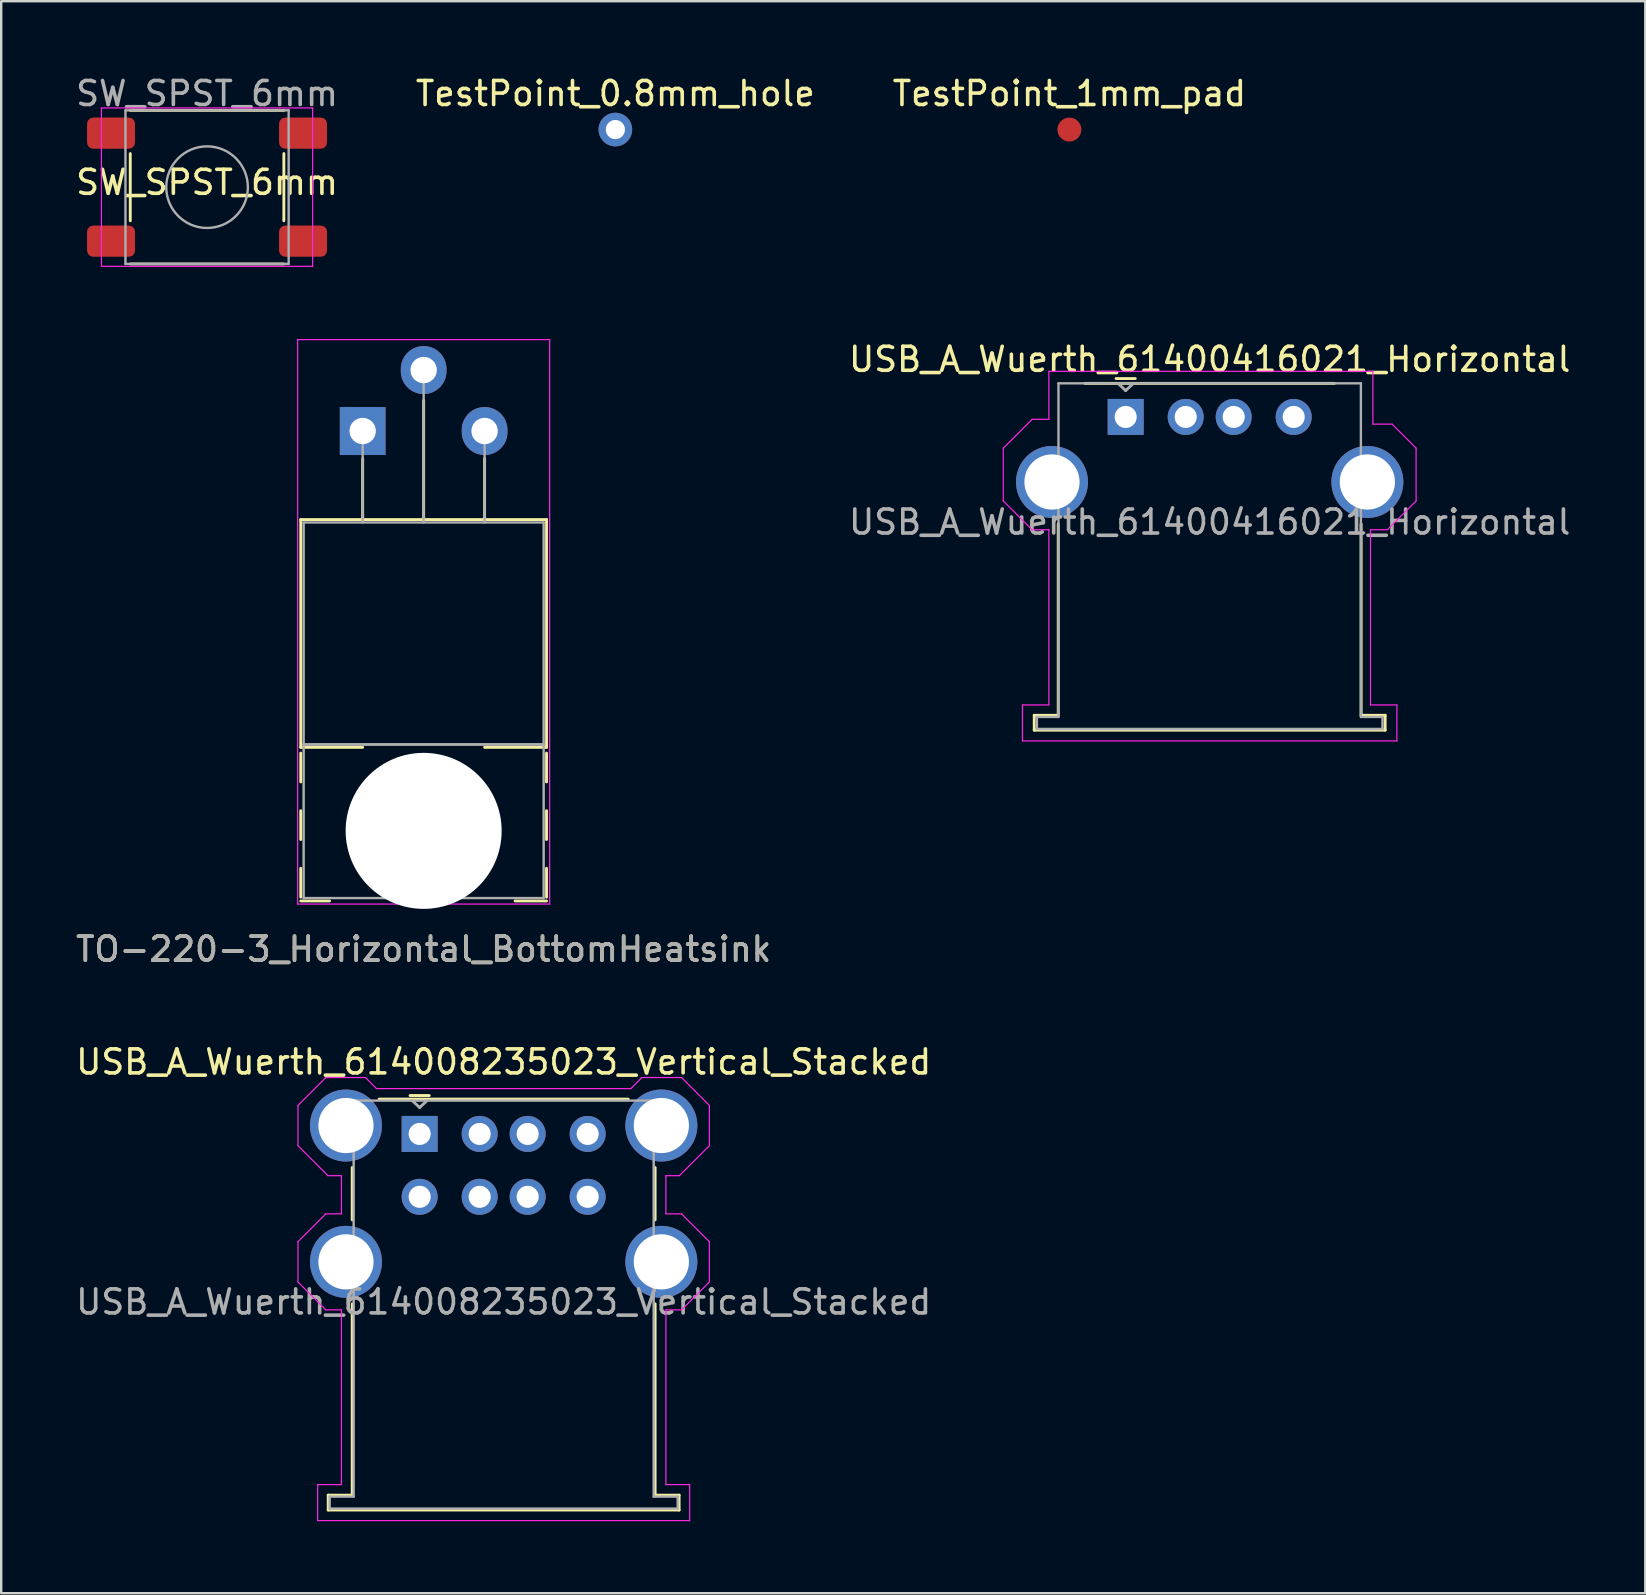
<source format=kicad_pcb>
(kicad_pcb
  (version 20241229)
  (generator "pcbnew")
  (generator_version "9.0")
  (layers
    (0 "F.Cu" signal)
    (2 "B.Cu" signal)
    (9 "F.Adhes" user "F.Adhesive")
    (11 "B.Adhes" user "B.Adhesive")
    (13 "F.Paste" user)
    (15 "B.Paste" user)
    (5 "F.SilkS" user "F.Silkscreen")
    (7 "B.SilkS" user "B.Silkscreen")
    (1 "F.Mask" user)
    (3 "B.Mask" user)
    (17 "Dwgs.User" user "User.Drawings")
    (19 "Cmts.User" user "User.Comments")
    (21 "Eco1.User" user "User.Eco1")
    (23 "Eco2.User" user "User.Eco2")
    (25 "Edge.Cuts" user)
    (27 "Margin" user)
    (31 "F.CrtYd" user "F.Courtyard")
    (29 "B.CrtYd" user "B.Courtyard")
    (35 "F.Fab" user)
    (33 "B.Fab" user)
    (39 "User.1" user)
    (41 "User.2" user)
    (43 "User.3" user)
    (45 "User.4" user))
  (footprint "USB_A_Wuerth_614008235023_Vertical_Stacked"
    (layer "F.Cu")
    (at 14.435 44.195)
    (property "Reference" "USB_A_Wuerth_614008235023_Vertical_Stacked" (at 3.5 -3 0) (layer "F.SilkS") (effects (font (size 1 1) (thickness 0.15))))
    (attr through_hole)
    (fp_line (start -3.81 15.05) (end -2.81 15.05) (stroke (width 0.12) (type solid)) (layer "F.SilkS"))
    (fp_line (start -3.81 15.67) (end -3.81 15.05) (stroke (width 0.12) (type solid)) (layer "F.SilkS"))
    (fp_line (start -2.81 3.58) (end -2.81 1.4) (stroke (width 0.12) (type solid)) (layer "F.SilkS"))
    (fp_line (start -2.81 15.05) (end -2.81 7.08) (stroke (width 0.12) (type solid)) (layer "F.SilkS"))
    (fp_line (start -1.69 -1.45) (end 8.69 -1.45) (stroke (width 0.12) (type solid)) (layer "F.SilkS"))
    (fp_line (start 0.4 -1.6) (end -0.4 -1.6) (stroke (width 0.12) (type solid)) (layer "F.SilkS"))
    (fp_line (start 9.81 3.58) (end 9.81 1.4) (stroke (width 0.12) (type solid)) (layer "F.SilkS"))
    (fp_line (start 9.81 7.08) (end 9.81 15.05) (stroke (width 0.12) (type solid)) (layer "F.SilkS"))
    (fp_line (start 9.81 15.05) (end 10.81 15.05) (stroke (width 0.12) (type solid)) (layer "F.SilkS"))
    (fp_line (start 10.81 15.05) (end 10.81 15.67) (stroke (width 0.12) (type solid)) (layer "F.SilkS"))
    (fp_line (start 10.81 15.67) (end -3.81 15.67) (stroke (width 0.12) (type solid)) (layer "F.SilkS"))
    (fp_line (start -5.07 -1.19) (end -5.07 0.49) (stroke (width 0.05) (type solid)) (layer "F.CrtYd"))
    (fp_line (start -5.07 0.49) (end -3.82 1.74) (stroke (width 0.05) (type solid)) (layer "F.CrtYd"))
    (fp_line (start -5.07 4.49) (end -5.07 6.17) (stroke (width 0.05) (type solid)) (layer "F.CrtYd"))
    (fp_line (start -5.07 6.17) (end -3.91 7.33) (stroke (width 0.05) (type solid)) (layer "F.CrtYd"))
    (fp_line (start -4.25 14.61) (end -4.25 16.11) (stroke (width 0.05) (type solid)) (layer "F.CrtYd"))
    (fp_line (start -4.25 16.11) (end 11.25 16.11) (stroke (width 0.05) (type solid)) (layer "F.CrtYd"))
    (fp_line (start -3.91 -2.35) (end -5.07 -1.19) (stroke (width 0.05) (type solid)) (layer "F.CrtYd"))
    (fp_line (start -3.91 3.33) (end -5.07 4.49) (stroke (width 0.05) (type solid)) (layer "F.CrtYd"))
    (fp_line (start -3.91 3.33) (end -3.26 3.33) (stroke (width 0.05) (type solid)) (layer "F.CrtYd"))
    (fp_line (start -3.82 1.74) (end -3.26 1.74) (stroke (width 0.05) (type solid)) (layer "F.CrtYd"))
    (fp_line (start -3.26 1.74) (end -3.26 3.33) (stroke (width 0.05) (type solid)) (layer "F.CrtYd"))
    (fp_line (start -3.26 7.33) (end -3.91 7.33) (stroke (width 0.05) (type solid)) (layer "F.CrtYd"))
    (fp_line (start -3.26 7.33) (end -3.26 14.61) (stroke (width 0.05) (type solid)) (layer "F.CrtYd"))
    (fp_line (start -3.26 14.61) (end -4.25 14.61) (stroke (width 0.05) (type solid)) (layer "F.CrtYd"))
    (fp_line (start -2.26 -2.35) (end -3.91 -2.35) (stroke (width 0.05) (type solid)) (layer "F.CrtYd"))
    (fp_line (start -2.26 -2.35) (end -1.8 -1.89) (stroke (width 0.05) (type solid)) (layer "F.CrtYd"))
    (fp_line (start 8.8 -1.89) (end -1.8 -1.89) (stroke (width 0.05) (type solid)) (layer "F.CrtYd"))
    (fp_line (start 9.26 -2.35) (end 8.8 -1.89) (stroke (width 0.05) (type solid)) (layer "F.CrtYd"))
    (fp_line (start 10.26 1.74) (end 10.26 3.33) (stroke (width 0.05) (type solid)) (layer "F.CrtYd"))
    (fp_line (start 10.26 1.74) (end 10.82 1.74) (stroke (width 0.05) (type solid)) (layer "F.CrtYd"))
    (fp_line (start 10.26 3.33) (end 10.91 3.33) (stroke (width 0.05) (type solid)) (layer "F.CrtYd"))
    (fp_line (start 10.26 7.33) (end 10.26 14.61) (stroke (width 0.05) (type solid)) (layer "F.CrtYd"))
    (fp_line (start 10.26 7.33) (end 10.91 7.33) (stroke (width 0.05) (type solid)) (layer "F.CrtYd"))
    (fp_line (start 10.26 14.61) (end 11.25 14.61) (stroke (width 0.05) (type solid)) (layer "F.CrtYd"))
    (fp_line (start 10.91 -2.35) (end 9.26 -2.35) (stroke (width 0.05) (type solid)) (layer "F.CrtYd"))
    (fp_line (start 10.91 -2.35) (end 12.07 -1.19) (stroke (width 0.05) (type solid)) (layer "F.CrtYd"))
    (fp_line (start 10.91 3.33) (end 12.07 4.49) (stroke (width 0.05) (type solid)) (layer "F.CrtYd"))
    (fp_line (start 11.25 14.61) (end 11.25 16.11) (stroke (width 0.05) (type solid)) (layer "F.CrtYd"))
    (fp_line (start 12.07 -1.19) (end 12.07 0.49) (stroke (width 0.05) (type solid)) (layer "F.CrtYd"))
    (fp_line (start 12.07 0.49) (end 10.82 1.74) (stroke (width 0.05) (type solid)) (layer "F.CrtYd"))
    (fp_line (start 12.07 4.49) (end 12.07 6.17) (stroke (width 0.05) (type solid)) (layer "F.CrtYd"))
    (fp_line (start 12.07 6.17) (end 10.91 7.33) (stroke (width 0.05) (type solid)) (layer "F.CrtYd"))
    (fp_line (start -3.75 15.11) (end -3.75 15.61) (stroke (width 0.1) (type solid)) (layer "F.Fab"))
    (fp_line (start -2.75 -1.39) (end -2.75 15.11) (stroke (width 0.1) (type solid)) (layer "F.Fab"))
    (fp_line (start -2.75 15.11) (end -3.75 15.11) (stroke (width 0.1) (type solid)) (layer "F.Fab"))
    (fp_line (start 0 -1.1) (end -0.3 -1.38) (stroke (width 0.12) (type solid)) (layer "F.Fab"))
    (fp_line (start 0 -1.1) (end 0.3 -1.38) (stroke (width 0.12) (type solid)) (layer "F.Fab"))
    (fp_line (start 9.75 -1.39) (end -2.75 -1.39) (stroke (width 0.1) (type solid)) (layer "F.Fab"))
    (fp_line (start 9.75 -1.39) (end 9.75 15.11) (stroke (width 0.1) (type solid)) (layer "F.Fab"))
    (fp_line (start 9.75 15.11) (end 10.75 15.11) (stroke (width 0.1) (type solid)) (layer "F.Fab"))
    (fp_line (start 10.75 15.11) (end 10.75 15.61) (stroke (width 0.1) (type solid)) (layer "F.Fab"))
    (fp_line (start 10.75 15.61) (end -3.75 15.61) (stroke (width 0.1) (type solid)) (layer "F.Fab"))
    (fp_text user "${REFERENCE}" (at 3.5 7 0) (layer "F.Fab") (effects (font (size 1 1) (thickness 0.15))))
    (pad "1" thru_hole rect (at 0 0) (size 1.5 1.5) (drill 0.92) (layers "*.Cu" "*.Mask"))
    (pad "2" thru_hole circle (at 2.5 0) (size 1.5 1.5) (drill 0.92) (layers "*.Cu" "*.Mask"))
    (pad "3" thru_hole circle (at 4.5 0) (size 1.5 1.5) (drill 0.92) (layers "*.Cu" "*.Mask"))
    (pad "4" thru_hole circle (at 7 0) (size 1.5 1.5) (drill 0.92) (layers "*.Cu" "*.Mask"))
    (pad "5" thru_hole circle (at 0 2.62) (size 1.5 1.5) (drill 0.92) (layers "*.Cu" "*.Mask"))
    (pad "6" thru_hole circle (at 2.5 2.62) (size 1.5 1.5) (drill 0.92) (layers "*.Cu" "*.Mask"))
    (pad "7" thru_hole circle (at 4.5 2.62) (size 1.5 1.5) (drill 0.92) (layers "*.Cu" "*.Mask"))
    (pad "8" thru_hole circle (at 7 2.62) (size 1.5 1.5) (drill 0.92) (layers "*.Cu" "*.Mask"))
    (pad "9" thru_hole circle (at -3.07 -0.35) (size 3 3) (drill 2.3) (layers "*.Cu" "*.Mask"))
    (pad "9" thru_hole circle (at -3.07 5.33) (size 3 3) (drill 2.3) (layers "*.Cu" "*.Mask"))
    (pad "9" thru_hole circle (at 10.07 -0.35) (size 3 3) (drill 2.3) (layers "*.Cu" "*.Mask"))
    (pad "9" thru_hole circle (at 10.07 5.33) (size 3 3) (drill 2.3) (layers "*.Cu" "*.Mask")))
  (footprint "SW_SPST_6mm"
    (layer "F.Cu")
    (at 5.577 4.748)
    (property "Reference" "SW_SPST_6mm" (at 0 -0.2 0) (layer "F.SilkS") (effects (font (size 1 1) (thickness 0.15))))
    (attr smd)
    (fp_line (start -3.2 -3.2) (end 3.2 -3.2) (stroke (width 0.12) (type solid)) (layer "F.SilkS"))
    (fp_line (start -3.2 1.4) (end -3.2 -1.4) (stroke (width 0.12) (type solid)) (layer "F.SilkS"))
    (fp_line (start -3.2 3.2) (end 3.2 3.2) (stroke (width 0.12) (type solid)) (layer "F.SilkS"))
    (fp_line (start 3.2 -1.4) (end 3.2 1.4) (stroke (width 0.12) (type solid)) (layer "F.SilkS"))
    (fp_line (start -4.4 -3.3) (end 4.4 -3.3) (stroke (width 0.05) (type solid)) (layer "F.CrtYd"))
    (fp_line (start -4.4 3.3) (end -4.4 -3.3) (stroke (width 0.05) (type solid)) (layer "F.CrtYd"))
    (fp_line (start 4.4 -3.3) (end 4.4 3.3) (stroke (width 0.05) (type solid)) (layer "F.CrtYd"))
    (fp_line (start 4.4 3.3) (end -4.4 3.3) (stroke (width 0.05) (type solid)) (layer "F.CrtYd"))
    (fp_line (start -3.4 -3.2) (end 3.4 -3.2) (stroke (width 0.1) (type solid)) (layer "F.Fab"))
    (fp_line (start -3.4 3.2) (end -3.4 -3.2) (stroke (width 0.1) (type solid)) (layer "F.Fab"))
    (fp_line (start 3.4 -3.2) (end 3.4 3.2) (stroke (width 0.1) (type solid)) (layer "F.Fab"))
    (fp_line (start 3.4 3.2) (end -3.4 3.2) (stroke (width 0.1) (type solid)) (layer "F.Fab"))
    (fp_circle (center 0 0) (end 1.7 0) (stroke (width 0.1) (type solid)) (fill no) (layer "F.Fab"))
    (fp_text user "${REFERENCE}" (at 0 -3.9 0) (layer "F.Fab") (effects (font (size 1 1) (thickness 0.15))))
    (pad "1" smd roundrect (at -4 -2.25) (size 2 1.3) (layers "F.Cu" "F.Mask" "F.Paste") (roundrect_rratio 0.2))
    (pad "1" smd roundrect (at 4 -2.25) (size 2 1.3) (layers "F.Cu" "F.Mask" "F.Paste") (roundrect_rratio 0.2))
    (pad "2" smd roundrect (at -4 2.25) (size 2 1.3) (layers "F.Cu" "F.Mask" "F.Paste") (roundrect_rratio 0.2))
    (pad "2" smd roundrect (at 4 2.25) (size 2 1.3) (layers "F.Cu" "F.Mask" "F.Paste") (roundrect_rratio 0.2)))
  (footprint "USB_A_Wuerth_61400416021_Horizontal"
    (layer "F.Cu")
    (at 43.851 14.322)
    (property "Reference" "USB_A_Wuerth_61400416021_Horizontal" (at 3.5 -2.4 0) (layer "F.SilkS") (effects (font (size 1 1) (thickness 0.15))))
    (attr through_hole)
    (fp_line (start -3.81 12.43) (end -2.81 12.43) (stroke (width 0.12) (type solid)) (layer "F.SilkS"))
    (fp_line (start -3.81 13.05) (end -3.81 12.43) (stroke (width 0.12) (type solid)) (layer "F.SilkS"))
    (fp_line (start -2.81 12.43) (end -2.81 4.46) (stroke (width 0.12) (type solid)) (layer "F.SilkS"))
    (fp_line (start -1.7 -1.4) (end 8.7 -1.4) (stroke (width 0.12) (type solid)) (layer "F.SilkS"))
    (fp_line (start 0.4 -1.6) (end -0.4 -1.6) (stroke (width 0.12) (type solid)) (layer "F.SilkS"))
    (fp_line (start 9.81 4.46) (end 9.81 12.43) (stroke (width 0.12) (type solid)) (layer "F.SilkS"))
    (fp_line (start 9.81 12.43) (end 10.81 12.43) (stroke (width 0.12) (type solid)) (layer "F.SilkS"))
    (fp_line (start 10.81 12.43) (end 10.81 13.05) (stroke (width 0.12) (type solid)) (layer "F.SilkS"))
    (fp_line (start 10.81 13.05) (end -3.81 13.05) (stroke (width 0.12) (type solid)) (layer "F.SilkS"))
    (fp_line (start -5.1 1.3) (end -5.1 3.5) (stroke (width 0.05) (type solid)) (layer "F.CrtYd"))
    (fp_line (start -5.1 3.5) (end -3.9 4.7) (stroke (width 0.05) (type solid)) (layer "F.CrtYd"))
    (fp_line (start -4.3 12) (end -4.3 13.5) (stroke (width 0.05) (type solid)) (layer "F.CrtYd"))
    (fp_line (start -4.3 13.5) (end 11.3 13.5) (stroke (width 0.05) (type solid)) (layer "F.CrtYd"))
    (fp_line (start -3.9 0.1) (end -5.1 1.3) (stroke (width 0.05) (type solid)) (layer "F.CrtYd"))
    (fp_line (start -3.2 0.1) (end -3.9 0.1) (stroke (width 0.05) (type solid)) (layer "F.CrtYd"))
    (fp_line (start -3.2 0.1) (end -3.2 -1.9) (stroke (width 0.05) (type solid)) (layer "F.CrtYd"))
    (fp_line (start -3.2 4.7) (end -3.9 4.7) (stroke (width 0.05) (type solid)) (layer "F.CrtYd"))
    (fp_line (start -3.2 4.7) (end -3.2 12) (stroke (width 0.05) (type solid)) (layer "F.CrtYd"))
    (fp_line (start -3.2 12) (end -4.3 12) (stroke (width 0.05) (type solid)) (layer "F.CrtYd"))
    (fp_line (start 10.2 4.7) (end 10.2 12) (stroke (width 0.05) (type solid)) (layer "F.CrtYd"))
    (fp_line (start 10.2 4.7) (end 10.9 4.7) (stroke (width 0.05) (type solid)) (layer "F.CrtYd"))
    (fp_line (start 10.2 12) (end 11.3 12) (stroke (width 0.05) (type solid)) (layer "F.CrtYd"))
    (fp_line (start 10.3 -1.9) (end -3.2 -1.9) (stroke (width 0.05) (type solid)) (layer "F.CrtYd"))
    (fp_line (start 10.3 0.3) (end 10.3 -1.9) (stroke (width 0.05) (type solid)) (layer "F.CrtYd"))
    (fp_line (start 11.1 0.3) (end 10.3 0.3) (stroke (width 0.05) (type solid)) (layer "F.CrtYd"))
    (fp_line (start 11.1 0.3) (end 12.1 1.3) (stroke (width 0.05) (type solid)) (layer "F.CrtYd"))
    (fp_line (start 11.3 12) (end 11.3 13.5) (stroke (width 0.05) (type solid)) (layer "F.CrtYd"))
    (fp_line (start 12.1 1.3) (end 12.1 3.5) (stroke (width 0.05) (type solid)) (layer "F.CrtYd"))
    (fp_line (start 12.1 3.5) (end 10.9 4.7) (stroke (width 0.05) (type solid)) (layer "F.CrtYd"))
    (fp_line (start -3.7 12.5) (end -3.7 13) (stroke (width 0.1) (type solid)) (layer "F.Fab"))
    (fp_line (start -2.8 -1.4) (end -2.8 12.5) (stroke (width 0.1) (type solid)) (layer "F.Fab"))
    (fp_line (start -2.8 12.5) (end -3.7 12.5) (stroke (width 0.1) (type solid)) (layer "F.Fab"))
    (fp_line (start 0 -1.1) (end -0.3 -1.38) (stroke (width 0.12) (type solid)) (layer "F.Fab"))
    (fp_line (start 0 -1.1) (end 0.3 -1.38) (stroke (width 0.12) (type solid)) (layer "F.Fab"))
    (fp_line (start 9.8 -1.4) (end -2.8 -1.4) (stroke (width 0.1) (type solid)) (layer "F.Fab"))
    (fp_line (start 9.8 -1.4) (end 9.8 12.5) (stroke (width 0.1) (type solid)) (layer "F.Fab"))
    (fp_line (start 9.8 12.5) (end 10.7 12.5) (stroke (width 0.1) (type solid)) (layer "F.Fab"))
    (fp_line (start 10.7 12.5) (end 10.7 13) (stroke (width 0.1) (type solid)) (layer "F.Fab"))
    (fp_line (start 10.7 13) (end -3.7 13) (stroke (width 0.1) (type solid)) (layer "F.Fab"))
    (fp_text user "${REFERENCE}" (at 3.5 4.38 0) (layer "F.Fab") (effects (font (size 1 1) (thickness 0.15))))
    (pad "1" thru_hole rect (at 0 0) (size 1.5 1.5) (drill 0.92) (layers "*.Cu" "*.Mask"))
    (pad "2" thru_hole circle (at 2.5 0) (size 1.5 1.5) (drill 0.92) (layers "*.Cu" "*.Mask"))
    (pad "3" thru_hole circle (at 4.5 0) (size 1.5 1.5) (drill 0.92) (layers "*.Cu" "*.Mask"))
    (pad "4" thru_hole circle (at 7 0) (size 1.5 1.5) (drill 0.92) (layers "*.Cu" "*.Mask"))
    (pad "5" thru_hole circle (at -3.07 2.71) (size 3 3) (drill 2.3) (layers "*.Cu" "*.Mask"))
    (pad "5" thru_hole circle (at 10.07 2.71) (size 3 3) (drill 2.3) (layers "*.Cu" "*.Mask")))
  (footprint "TestPoint_0.8mm_hole"
    (layer "F.Cu")
    (at 22.589 2.348)
    (property "Reference" "TestPoint_0.8mm_hole" (at 0 -1.5 0) (layer "F.SilkS") (effects (font (size 1 1) (thickness 0.15))))
    (attr through_hole)
    (pad "1" thru_hole circle (at 0 0) (size 1.4 1.4) (drill 0.8) (layers "*.Cu" "*.Mask")))
  (footprint "TestPoint_1mm_pad"
    (layer "F.Cu")
    (at 41.506 2.348)
    (property "Reference" "TestPoint_1mm_pad" (at 0 -1.5 0) (layer "F.SilkS") (effects (font (size 1 1) (thickness 0.15))))
    (attr through_hole)
    (pad "1" smd circle (at 0 0) (size 1 1) (layers "F.Cu" "F.Mask" "F.Paste")))
  (footprint "TO-220-3_Horizontal_BottomHeatsink"
    (layer "F.Cu")
    (at 12.061 14.908)
    (property "Reference" "TO-220-3_Horizontal_BottomHeatsink" (at 2.54 21.59 0) (layer "F.SilkS") (effects (font (size 1 1) (thickness 0.15))))
    (attr through_hole)
    (fp_line (start -2.58 3.69) (end -2.58 13.18) (stroke (width 0.12) (type solid)) (layer "F.SilkS"))
    (fp_line (start -2.58 3.69) (end 7.66 3.69) (stroke (width 0.12) (type solid)) (layer "F.SilkS"))
    (fp_line (start -2.58 13.18) (end 0 13.18) (stroke (width 0.12) (type solid)) (layer "F.SilkS"))
    (fp_line (start -2.58 13.42) (end -2.58 14.62) (stroke (width 0.12) (type solid)) (layer "F.SilkS"))
    (fp_line (start -2.58 15.82) (end -2.58 17.02) (stroke (width 0.12) (type solid)) (layer "F.SilkS"))
    (fp_line (start -2.58 18.22) (end -2.58 19.42) (stroke (width 0.12) (type solid)) (layer "F.SilkS"))
    (fp_line (start -2.58 19.58) (end -1.38 19.58) (stroke (width 0.12) (type solid)) (layer "F.SilkS"))
    (fp_line (start 0 1.15) (end 0 3.69) (stroke (width 0.12) (type solid)) (layer "F.SilkS"))
    (fp_line (start 2.54 -1.27) (end 2.54 3.69) (stroke (width 0.12) (type solid)) (layer "F.SilkS"))
    (fp_line (start 5.08 1.15) (end 5.08 3.69) (stroke (width 0.12) (type solid)) (layer "F.SilkS"))
    (fp_line (start 5.08 13.18) (end 7.66 13.18) (stroke (width 0.12) (type solid)) (layer "F.SilkS"))
    (fp_line (start 6.35 19.58) (end 7.66 19.58) (stroke (width 0.12) (type solid)) (layer "F.SilkS"))
    (fp_line (start 7.66 3.69) (end 7.66 13.18) (stroke (width 0.12) (type solid)) (layer "F.SilkS"))
    (fp_line (start 7.66 13.42) (end 7.66 14.62) (stroke (width 0.12) (type solid)) (layer "F.SilkS"))
    (fp_line (start 7.66 15.82) (end 7.66 17.02) (stroke (width 0.12) (type solid)) (layer "F.SilkS"))
    (fp_line (start 7.66 18.22) (end 7.66 19.42) (stroke (width 0.12) (type solid)) (layer "F.SilkS"))
    (fp_line (start -2.71 -3.81) (end -2.71 19.71) (stroke (width 0.05) (type solid)) (layer "F.CrtYd"))
    (fp_line (start -2.71 19.71) (end 7.79 19.71) (stroke (width 0.05) (type solid)) (layer "F.CrtYd"))
    (fp_line (start 7.79 -3.81) (end -2.71 -3.81) (stroke (width 0.05) (type solid)) (layer "F.CrtYd"))
    (fp_line (start 7.79 19.71) (end 7.79 -3.81) (stroke (width 0.05) (type solid)) (layer "F.CrtYd"))
    (fp_line (start -2.46 3.81) (end -2.46 13.06) (stroke (width 0.1) (type solid)) (layer "F.Fab"))
    (fp_line (start -2.46 13.06) (end -2.46 19.46) (stroke (width 0.1) (type solid)) (layer "F.Fab"))
    (fp_line (start -2.46 13.06) (end 7.54 13.06) (stroke (width 0.1) (type solid)) (layer "F.Fab"))
    (fp_line (start -2.46 19.46) (end 7.54 19.46) (stroke (width 0.1) (type solid)) (layer "F.Fab"))
    (fp_line (start 0 3.81) (end 0 0) (stroke (width 0.1) (type solid)) (layer "F.Fab"))
    (fp_line (start 2.54 3.81) (end 2.54 -2.54) (stroke (width 0.1) (type solid)) (layer "F.Fab"))
    (fp_line (start 5.08 3.81) (end 5.08 0) (stroke (width 0.1) (type solid)) (layer "F.Fab"))
    (fp_line (start 7.54 3.81) (end -2.46 3.81) (stroke (width 0.1) (type solid)) (layer "F.Fab"))
    (fp_line (start 7.54 13.06) (end -2.46 13.06) (stroke (width 0.1) (type solid)) (layer "F.Fab"))
    (fp_line (start 7.54 13.06) (end 7.54 3.81) (stroke (width 0.1) (type solid)) (layer "F.Fab"))
    (fp_line (start 7.54 19.46) (end 7.54 13.06) (stroke (width 0.1) (type solid)) (layer "F.Fab"))
    (fp_circle (center 2.54 16.66) (end 4.39 16.66) (stroke (width 0.1) (type solid)) (fill no) (layer "F.Fab"))
    (fp_text user "${REFERENCE}" (at 2.54 21.59 0) (layer "F.Fab") (effects (font (size 1 1) (thickness 0.15))))
    (pad "" np_thru_hole oval (at 2.54 16.66) (size 6.5 6.5) (drill 6.5) (layers "*.Cu" "*.Mask"))
    (pad "1" thru_hole rect (at 0 0) (size 1.905 2) (drill 1.1) (layers "*.Cu" "*.Mask"))
    (pad "2" thru_hole oval (at 2.54 -2.54) (size 1.905 2) (drill 1.1) (layers "*.Cu" "*.Mask"))
    (pad "3" thru_hole oval (at 5.08 0) (size 1.905 2) (drill 1.1) (layers "*.Cu" "*.Mask")))
  (gr_rect
    (start -3 -3)
    (end 65.5 63.33)
    (stroke (width 0.1) (type default))
    (fill no)
    (layer "Edge.Cuts")))
</source>
